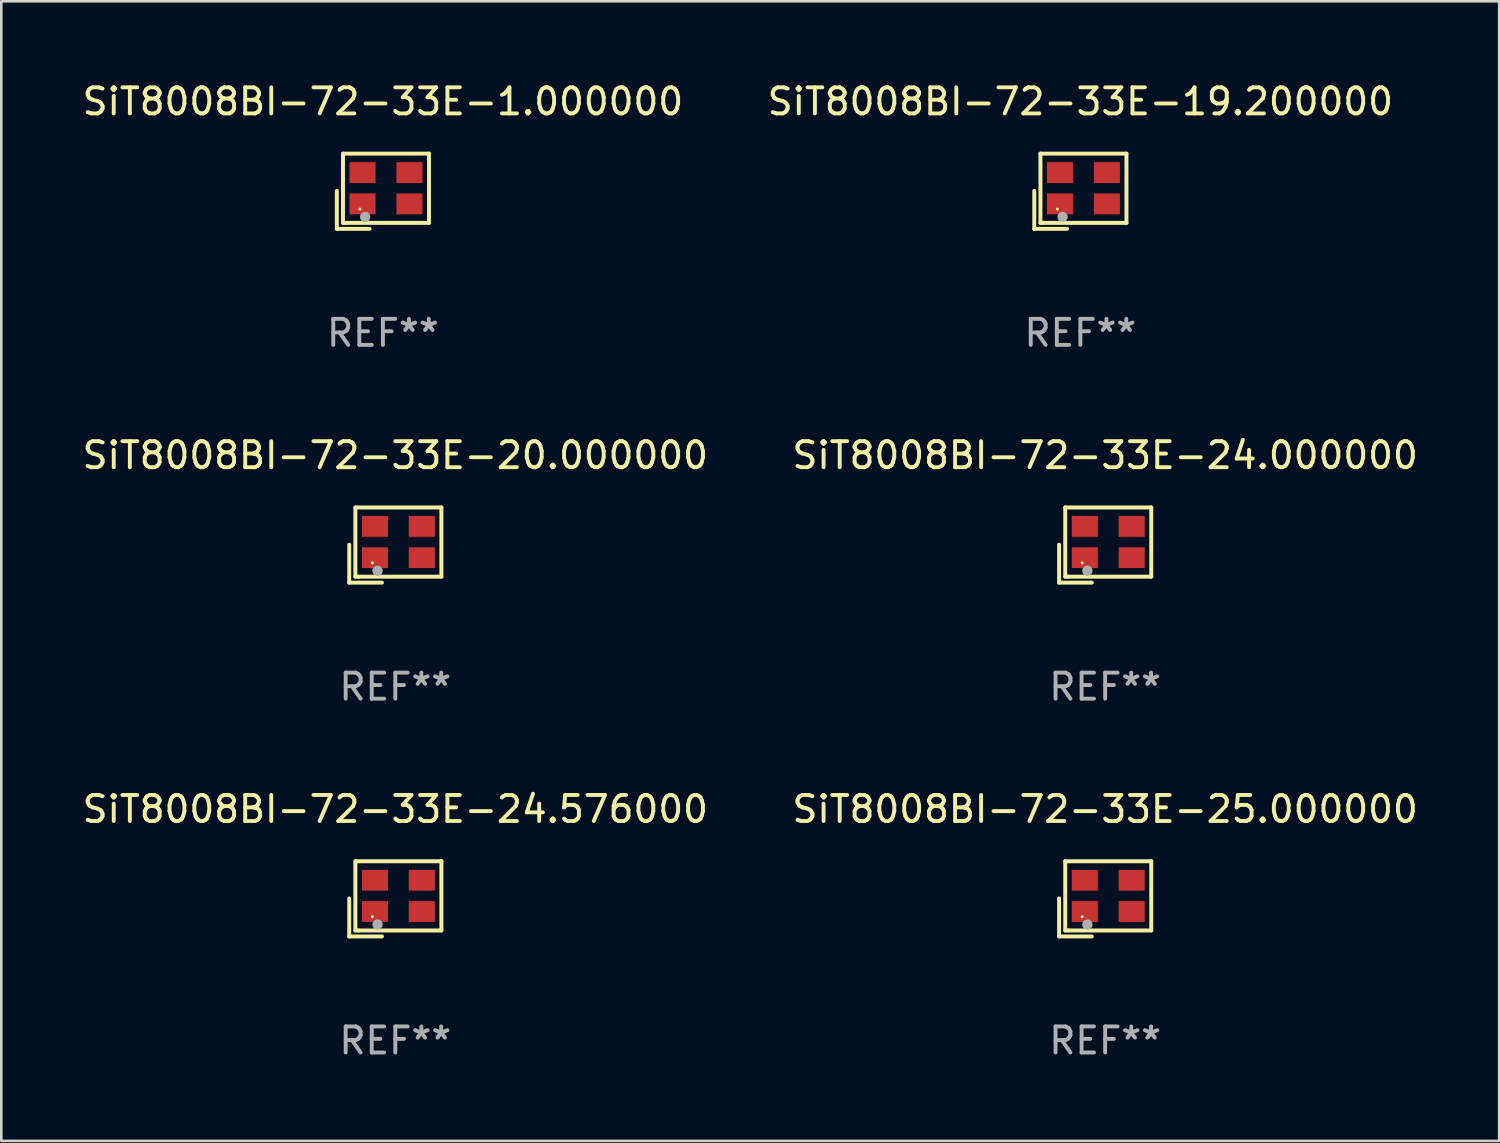
<source format=kicad_pcb>
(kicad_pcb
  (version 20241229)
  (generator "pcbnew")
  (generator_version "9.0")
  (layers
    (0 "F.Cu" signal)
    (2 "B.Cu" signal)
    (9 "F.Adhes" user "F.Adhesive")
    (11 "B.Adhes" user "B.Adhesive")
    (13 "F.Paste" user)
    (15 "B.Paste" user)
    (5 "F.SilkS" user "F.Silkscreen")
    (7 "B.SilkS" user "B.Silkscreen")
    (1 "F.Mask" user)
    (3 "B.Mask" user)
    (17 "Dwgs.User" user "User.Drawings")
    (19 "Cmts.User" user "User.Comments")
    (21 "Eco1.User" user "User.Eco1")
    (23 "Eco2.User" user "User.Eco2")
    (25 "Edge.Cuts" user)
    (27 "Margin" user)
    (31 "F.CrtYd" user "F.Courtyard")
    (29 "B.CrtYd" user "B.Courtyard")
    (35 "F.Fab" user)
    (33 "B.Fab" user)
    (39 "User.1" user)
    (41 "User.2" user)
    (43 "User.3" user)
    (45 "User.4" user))
  (footprint "SiT8008BI-72-33E-25.000000"
    (layer "F.Cu")
    (at 39.375 31.455)
    (property "Reference" "SiT8008BI-72-33E-25.000000" (at 0 -3.443 0) (layer "F.SilkS") (effects (font (size 1 1) (thickness 0.15))))
    (attr through_hole)
    (fp_line (start -1.769 -0.014) (end -1.769 1.443) (stroke (width 0.152) (type solid)) (layer "F.SilkS"))
    (fp_line (start -1.769 1.443) (end -0.512 1.443) (stroke (width 0.152) (type solid)) (layer "F.SilkS"))
    (fp_line (start -1.533 -1.443) (end 1.769 -1.443) (stroke (width 0.152) (type solid)) (layer "F.SilkS"))
    (fp_line (start -1.533 1.214) (end -1.533 -1.443) (stroke (width 0.152) (type solid)) (layer "F.SilkS"))
    (fp_line (start -1.411 1.214) (end -1.533 1.214) (stroke (width 0.152) (type solid)) (layer "F.SilkS"))
    (fp_line (start 1.769 -1.443) (end 1.769 1.214) (stroke (width 0.152) (type solid)) (layer "F.SilkS"))
    (fp_line (start 1.769 1.214) (end -1.411 1.214) (stroke (width 0.152) (type solid)) (layer "F.SilkS"))
    (fp_circle (center -0.882 0.686) (end -0.852 0.686) (stroke (width 0.06) (type solid)) (fill no) (layer "F.SilkS"))
    (fp_circle (center -0.682 0.986) (end -0.582 0.986) (stroke (width 0.2) (type solid)) (fill no) (layer "F.Fab"))
    (fp_text user "REF**" (at 0 5.443 0) (layer "F.Fab") (effects (font (size 1 1) (thickness 0.15))))
    (pad "1" smd rect (at -0.782 0.486 90) (size 0.8 1) (layers "F.Cu" "F.Mask" "F.Paste"))
    (pad "2" smd rect (at 1.018 0.486 90) (size 0.8 1) (layers "F.Cu" "F.Mask" "F.Paste"))
    (pad "3" smd rect (at 1.018 -0.714 90) (size 0.8 1) (layers "F.Cu" "F.Mask" "F.Paste"))
    (pad "4" smd rect (at -0.782 -0.714 90) (size 0.8 1) (layers "F.Cu" "F.Mask" "F.Paste")))
  (footprint "SiT8008BI-72-33E-24.576000"
    (layer "F.Cu")
    (at 12.125 31.455)
    (property "Reference" "SiT8008BI-72-33E-24.576000" (at 0 -3.443 0) (layer "F.SilkS") (effects (font (size 1 1) (thickness 0.15))))
    (attr through_hole)
    (fp_line (start -1.769 -0.014) (end -1.769 1.443) (stroke (width 0.152) (type solid)) (layer "F.SilkS"))
    (fp_line (start -1.769 1.443) (end -0.512 1.443) (stroke (width 0.152) (type solid)) (layer "F.SilkS"))
    (fp_line (start -1.533 -1.443) (end 1.769 -1.443) (stroke (width 0.152) (type solid)) (layer "F.SilkS"))
    (fp_line (start -1.533 1.214) (end -1.533 -1.443) (stroke (width 0.152) (type solid)) (layer "F.SilkS"))
    (fp_line (start -1.411 1.214) (end -1.533 1.214) (stroke (width 0.152) (type solid)) (layer "F.SilkS"))
    (fp_line (start 1.769 -1.443) (end 1.769 1.214) (stroke (width 0.152) (type solid)) (layer "F.SilkS"))
    (fp_line (start 1.769 1.214) (end -1.411 1.214) (stroke (width 0.152) (type solid)) (layer "F.SilkS"))
    (fp_circle (center -0.882 0.686) (end -0.852 0.686) (stroke (width 0.06) (type solid)) (fill no) (layer "F.SilkS"))
    (fp_circle (center -0.682 0.986) (end -0.582 0.986) (stroke (width 0.2) (type solid)) (fill no) (layer "F.Fab"))
    (fp_text user "REF**" (at 0 5.443 0) (layer "F.Fab") (effects (font (size 1 1) (thickness 0.15))))
    (pad "1" smd rect (at -0.782 0.486 90) (size 0.8 1) (layers "F.Cu" "F.Mask" "F.Paste"))
    (pad "2" smd rect (at 1.018 0.486 90) (size 0.8 1) (layers "F.Cu" "F.Mask" "F.Paste"))
    (pad "3" smd rect (at 1.018 -0.714 90) (size 0.8 1) (layers "F.Cu" "F.Mask" "F.Paste"))
    (pad "4" smd rect (at -0.782 -0.714 90) (size 0.8 1) (layers "F.Cu" "F.Mask" "F.Paste")))
  (footprint "SiT8008BI-72-33E-24.000000"
    (layer "F.Cu")
    (at 39.375 17.873)
    (property "Reference" "SiT8008BI-72-33E-24.000000" (at 0 -3.443 0) (layer "F.SilkS") (effects (font (size 1 1) (thickness 0.15))))
    (attr through_hole)
    (fp_line (start -1.769 -0.014) (end -1.769 1.443) (stroke (width 0.152) (type solid)) (layer "F.SilkS"))
    (fp_line (start -1.769 1.443) (end -0.512 1.443) (stroke (width 0.152) (type solid)) (layer "F.SilkS"))
    (fp_line (start -1.533 -1.443) (end 1.769 -1.443) (stroke (width 0.152) (type solid)) (layer "F.SilkS"))
    (fp_line (start -1.533 1.214) (end -1.533 -1.443) (stroke (width 0.152) (type solid)) (layer "F.SilkS"))
    (fp_line (start -1.411 1.214) (end -1.533 1.214) (stroke (width 0.152) (type solid)) (layer "F.SilkS"))
    (fp_line (start 1.769 -1.443) (end 1.769 1.214) (stroke (width 0.152) (type solid)) (layer "F.SilkS"))
    (fp_line (start 1.769 1.214) (end -1.411 1.214) (stroke (width 0.152) (type solid)) (layer "F.SilkS"))
    (fp_circle (center -0.882 0.686) (end -0.852 0.686) (stroke (width 0.06) (type solid)) (fill no) (layer "F.SilkS"))
    (fp_circle (center -0.682 0.986) (end -0.582 0.986) (stroke (width 0.2) (type solid)) (fill no) (layer "F.Fab"))
    (fp_text user "REF**" (at 0 5.443 0) (layer "F.Fab") (effects (font (size 1 1) (thickness 0.15))))
    (pad "1" smd rect (at -0.782 0.486 90) (size 0.8 1) (layers "F.Cu" "F.Mask" "F.Paste"))
    (pad "2" smd rect (at 1.018 0.486 90) (size 0.8 1) (layers "F.Cu" "F.Mask" "F.Paste"))
    (pad "3" smd rect (at 1.018 -0.714 90) (size 0.8 1) (layers "F.Cu" "F.Mask" "F.Paste"))
    (pad "4" smd rect (at -0.782 -0.714 90) (size 0.8 1) (layers "F.Cu" "F.Mask" "F.Paste")))
  (footprint "SiT8008BI-72-33E-19.200000"
    (layer "F.Cu")
    (at 38.423 4.291)
    (property "Reference" "SiT8008BI-72-33E-19.200000" (at 0 -3.443 0) (layer "F.SilkS") (effects (font (size 1 1) (thickness 0.15))))
    (attr through_hole)
    (fp_line (start -1.769 -0.014) (end -1.769 1.443) (stroke (width 0.152) (type solid)) (layer "F.SilkS"))
    (fp_line (start -1.769 1.443) (end -0.512 1.443) (stroke (width 0.152) (type solid)) (layer "F.SilkS"))
    (fp_line (start -1.533 -1.443) (end 1.769 -1.443) (stroke (width 0.152) (type solid)) (layer "F.SilkS"))
    (fp_line (start -1.533 1.214) (end -1.533 -1.443) (stroke (width 0.152) (type solid)) (layer "F.SilkS"))
    (fp_line (start -1.411 1.214) (end -1.533 1.214) (stroke (width 0.152) (type solid)) (layer "F.SilkS"))
    (fp_line (start 1.769 -1.443) (end 1.769 1.214) (stroke (width 0.152) (type solid)) (layer "F.SilkS"))
    (fp_line (start 1.769 1.214) (end -1.411 1.214) (stroke (width 0.152) (type solid)) (layer "F.SilkS"))
    (fp_circle (center -0.882 0.686) (end -0.852 0.686) (stroke (width 0.06) (type solid)) (fill no) (layer "F.SilkS"))
    (fp_circle (center -0.682 0.986) (end -0.582 0.986) (stroke (width 0.2) (type solid)) (fill no) (layer "F.Fab"))
    (fp_text user "REF**" (at 0 5.443 0) (layer "F.Fab") (effects (font (size 1 1) (thickness 0.15))))
    (pad "1" smd rect (at -0.782 0.486 90) (size 0.8 1) (layers "F.Cu" "F.Mask" "F.Paste"))
    (pad "2" smd rect (at 1.018 0.486 90) (size 0.8 1) (layers "F.Cu" "F.Mask" "F.Paste"))
    (pad "3" smd rect (at 1.018 -0.714 90) (size 0.8 1) (layers "F.Cu" "F.Mask" "F.Paste"))
    (pad "4" smd rect (at -0.782 -0.714 90) (size 0.8 1) (layers "F.Cu" "F.Mask" "F.Paste")))
  (footprint "SiT8008BI-72-33E-20.000000"
    (layer "F.Cu")
    (at 12.125 17.873)
    (property "Reference" "SiT8008BI-72-33E-20.000000" (at 0 -3.443 0) (layer "F.SilkS") (effects (font (size 1 1) (thickness 0.15))))
    (attr through_hole)
    (fp_line (start -1.769 -0.014) (end -1.769 1.443) (stroke (width 0.152) (type solid)) (layer "F.SilkS"))
    (fp_line (start -1.769 1.443) (end -0.512 1.443) (stroke (width 0.152) (type solid)) (layer "F.SilkS"))
    (fp_line (start -1.533 -1.443) (end 1.769 -1.443) (stroke (width 0.152) (type solid)) (layer "F.SilkS"))
    (fp_line (start -1.533 1.214) (end -1.533 -1.443) (stroke (width 0.152) (type solid)) (layer "F.SilkS"))
    (fp_line (start -1.411 1.214) (end -1.533 1.214) (stroke (width 0.152) (type solid)) (layer "F.SilkS"))
    (fp_line (start 1.769 -1.443) (end 1.769 1.214) (stroke (width 0.152) (type solid)) (layer "F.SilkS"))
    (fp_line (start 1.769 1.214) (end -1.411 1.214) (stroke (width 0.152) (type solid)) (layer "F.SilkS"))
    (fp_circle (center -0.882 0.686) (end -0.852 0.686) (stroke (width 0.06) (type solid)) (fill no) (layer "F.SilkS"))
    (fp_circle (center -0.682 0.986) (end -0.582 0.986) (stroke (width 0.2) (type solid)) (fill no) (layer "F.Fab"))
    (fp_text user "REF**" (at 0 5.443 0) (layer "F.Fab") (effects (font (size 1 1) (thickness 0.15))))
    (pad "1" smd rect (at -0.782 0.486 90) (size 0.8 1) (layers "F.Cu" "F.Mask" "F.Paste"))
    (pad "2" smd rect (at 1.018 0.486 90) (size 0.8 1) (layers "F.Cu" "F.Mask" "F.Paste"))
    (pad "3" smd rect (at 1.018 -0.714 90) (size 0.8 1) (layers "F.Cu" "F.Mask" "F.Paste"))
    (pad "4" smd rect (at -0.782 -0.714 90) (size 0.8 1) (layers "F.Cu" "F.Mask" "F.Paste")))
  (footprint "SiT8008BI-72-33E-1.000000"
    (layer "F.Cu")
    (at 11.649 4.291)
    (property "Reference" "SiT8008BI-72-33E-1.000000" (at 0 -3.443 0) (layer "F.SilkS") (effects (font (size 1 1) (thickness 0.15))))
    (attr through_hole)
    (fp_line (start -1.769 -0.014) (end -1.769 1.443) (stroke (width 0.152) (type solid)) (layer "F.SilkS"))
    (fp_line (start -1.769 1.443) (end -0.512 1.443) (stroke (width 0.152) (type solid)) (layer "F.SilkS"))
    (fp_line (start -1.533 -1.443) (end 1.769 -1.443) (stroke (width 0.152) (type solid)) (layer "F.SilkS"))
    (fp_line (start -1.533 1.214) (end -1.533 -1.443) (stroke (width 0.152) (type solid)) (layer "F.SilkS"))
    (fp_line (start -1.411 1.214) (end -1.533 1.214) (stroke (width 0.152) (type solid)) (layer "F.SilkS"))
    (fp_line (start 1.769 -1.443) (end 1.769 1.214) (stroke (width 0.152) (type solid)) (layer "F.SilkS"))
    (fp_line (start 1.769 1.214) (end -1.411 1.214) (stroke (width 0.152) (type solid)) (layer "F.SilkS"))
    (fp_circle (center -0.882 0.686) (end -0.852 0.686) (stroke (width 0.06) (type solid)) (fill no) (layer "F.SilkS"))
    (fp_circle (center -0.682 0.986) (end -0.582 0.986) (stroke (width 0.2) (type solid)) (fill no) (layer "F.Fab"))
    (fp_text user "REF**" (at 0 5.443 0) (layer "F.Fab") (effects (font (size 1 1) (thickness 0.15))))
    (pad "1" smd rect (at -0.782 0.486 90) (size 0.8 1) (layers "F.Cu" "F.Mask" "F.Paste"))
    (pad "2" smd rect (at 1.018 0.486 90) (size 0.8 1) (layers "F.Cu" "F.Mask" "F.Paste"))
    (pad "3" smd rect (at 1.018 -0.714 90) (size 0.8 1) (layers "F.Cu" "F.Mask" "F.Paste"))
    (pad "4" smd rect (at -0.782 -0.714 90) (size 0.8 1) (layers "F.Cu" "F.Mask" "F.Paste")))
  (gr_rect
    (start -3 -3)
    (end 54.5 40.746)
    (stroke (width 0.1) (type default))
    (fill no)
    (layer "Edge.Cuts")))
</source>
